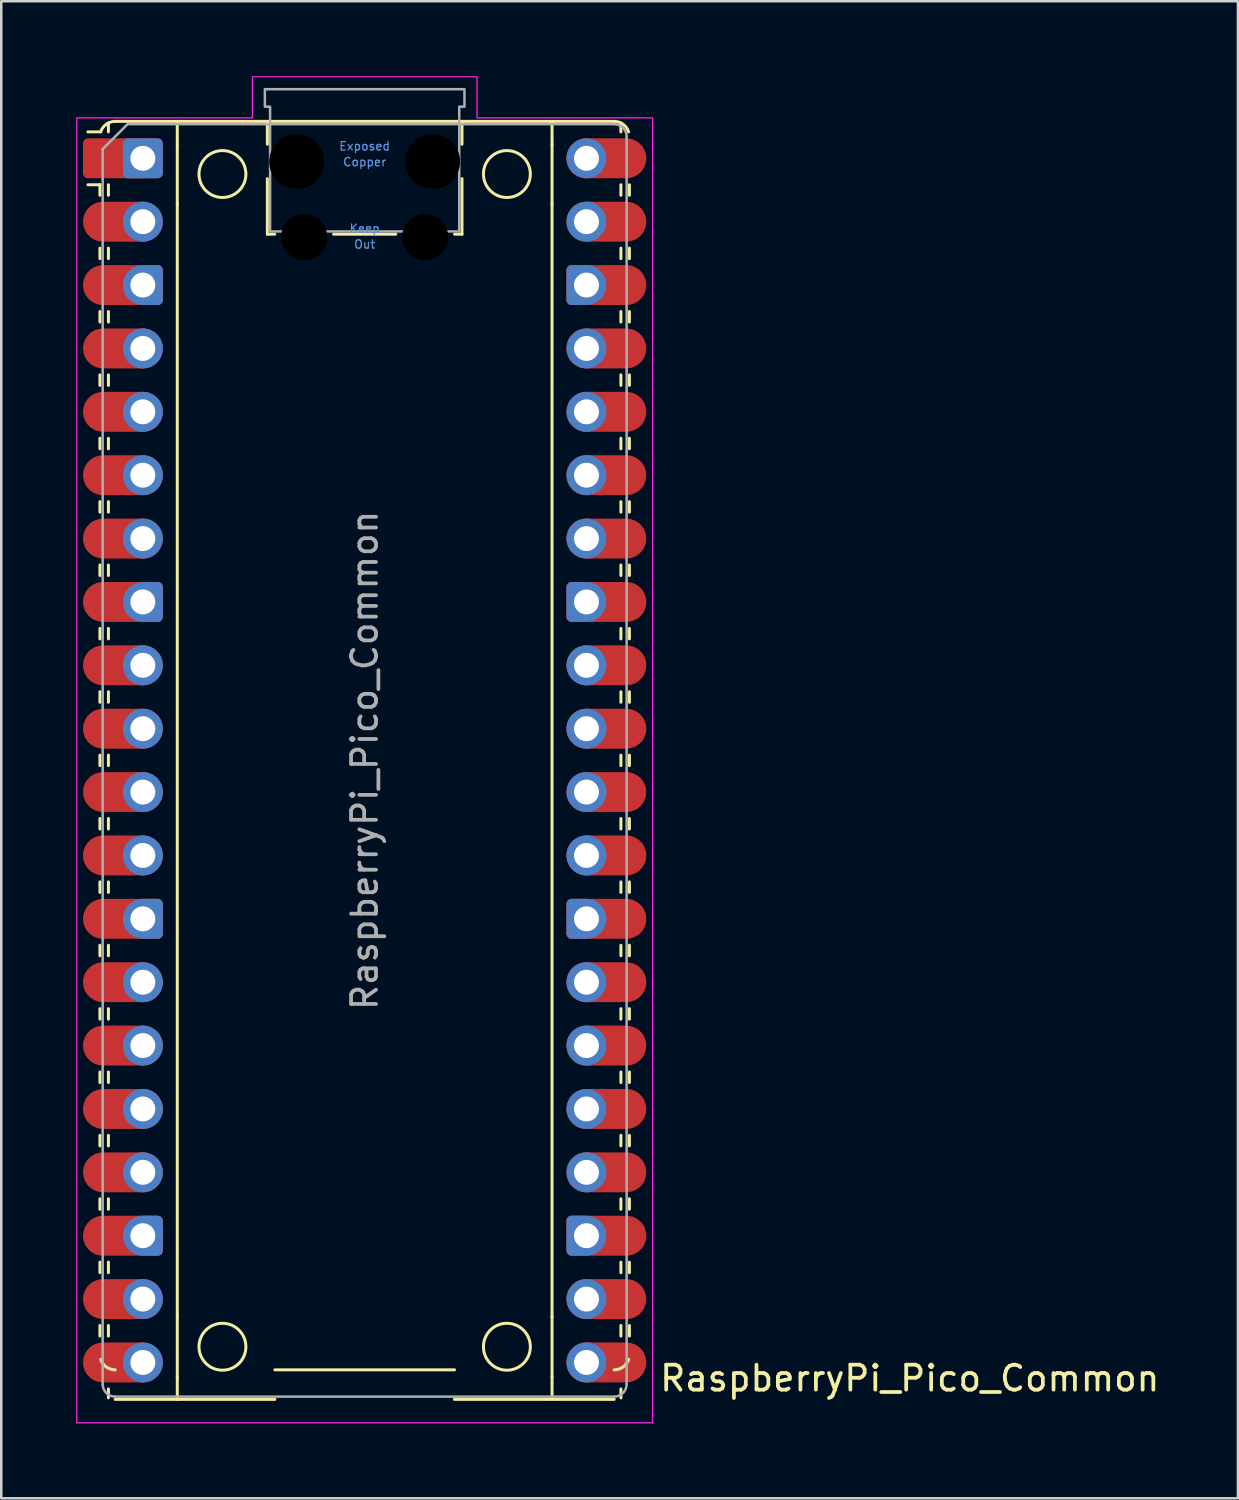
<source format=kicad_pcb>
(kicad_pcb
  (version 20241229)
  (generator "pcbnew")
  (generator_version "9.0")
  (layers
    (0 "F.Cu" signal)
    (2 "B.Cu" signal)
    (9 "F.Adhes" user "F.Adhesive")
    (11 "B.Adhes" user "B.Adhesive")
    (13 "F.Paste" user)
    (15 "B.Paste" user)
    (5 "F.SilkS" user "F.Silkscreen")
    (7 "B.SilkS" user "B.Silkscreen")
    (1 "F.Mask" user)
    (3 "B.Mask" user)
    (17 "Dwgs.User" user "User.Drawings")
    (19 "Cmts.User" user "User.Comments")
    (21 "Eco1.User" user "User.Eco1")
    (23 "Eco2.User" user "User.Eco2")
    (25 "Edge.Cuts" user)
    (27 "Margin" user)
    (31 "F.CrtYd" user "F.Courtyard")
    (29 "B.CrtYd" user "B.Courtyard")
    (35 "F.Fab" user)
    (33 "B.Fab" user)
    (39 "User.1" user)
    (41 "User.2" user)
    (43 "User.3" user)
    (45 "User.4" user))
  (footprint "RaspberryPi_Pico_Common"
    (layer "F.Cu")
    (at 11.565 27.425)
    (property "Reference" "RaspberryPi_Pico_Common" (at 11.748 24.765 0) (unlocked yes) (layer "F.SilkS") (effects (font (size 1 1) (thickness 0.15)) (justify left)))
    (attr through_hole)
    (fp_line (start -10.61 -23.07) (end -11.09 -23.07) (stroke (width 0.12) (type solid)) (layer "F.SilkS"))
    (fp_line (start -10.61 -23.07) (end -10.61 -22.65) (stroke (width 0.12) (type solid)) (layer "F.SilkS"))
    (fp_line (start -10.61 -20.53) (end -10.61 -20.11) (stroke (width 0.12) (type solid)) (layer "F.SilkS"))
    (fp_line (start -10.61 -17.99) (end -10.61 -17.57) (stroke (width 0.12) (type solid)) (layer "F.SilkS"))
    (fp_line (start -10.61 -15.45) (end -10.61 -15.03) (stroke (width 0.12) (type solid)) (layer "F.SilkS"))
    (fp_line (start -10.61 -12.91) (end -10.61 -12.49) (stroke (width 0.12) (type solid)) (layer "F.SilkS"))
    (fp_line (start -10.61 -10.37) (end -10.61 -9.95) (stroke (width 0.12) (type solid)) (layer "F.SilkS"))
    (fp_line (start -10.61 -7.83) (end -10.61 -7.41) (stroke (width 0.12) (type solid)) (layer "F.SilkS"))
    (fp_line (start -10.61 -5.29) (end -10.61 -4.87) (stroke (width 0.12) (type solid)) (layer "F.SilkS"))
    (fp_line (start -10.61 -2.75) (end -10.61 -2.33) (stroke (width 0.12) (type solid)) (layer "F.SilkS"))
    (fp_line (start -10.61 -0.21) (end -10.61 0.21) (stroke (width 0.12) (type solid)) (layer "F.SilkS"))
    (fp_line (start -10.61 2.33) (end -10.61 2.75) (stroke (width 0.12) (type solid)) (layer "F.SilkS"))
    (fp_line (start -10.61 4.87) (end -10.61 5.29) (stroke (width 0.12) (type solid)) (layer "F.SilkS"))
    (fp_line (start -10.61 7.41) (end -10.61 7.83) (stroke (width 0.12) (type solid)) (layer "F.SilkS"))
    (fp_line (start -10.61 9.95) (end -10.61 10.37) (stroke (width 0.12) (type solid)) (layer "F.SilkS"))
    (fp_line (start -10.61 12.49) (end -10.61 12.91) (stroke (width 0.12) (type solid)) (layer "F.SilkS"))
    (fp_line (start -10.61 15.03) (end -10.61 15.45) (stroke (width 0.12) (type solid)) (layer "F.SilkS"))
    (fp_line (start -10.61 17.57) (end -10.61 17.99) (stroke (width 0.12) (type solid)) (layer "F.SilkS"))
    (fp_line (start -10.61 20.11) (end -10.61 20.53) (stroke (width 0.12) (type solid)) (layer "F.SilkS"))
    (fp_line (start -10.61 22.65) (end -10.61 23.07) (stroke (width 0.12) (type solid)) (layer "F.SilkS"))
    (fp_line (start -10.58 -25.19) (end -11.09 -25.19) (stroke (width 0.12) (type solid)) (layer "F.SilkS"))
    (fp_line (start -10.27 -25.19) (end -10.27 -25.547) (stroke (width 0.12) (type solid)) (layer "F.SilkS"))
    (fp_line (start -10.27 -23.07) (end -10.27 -22.65) (stroke (width 0.12) (type solid)) (layer "F.SilkS"))
    (fp_line (start -10.27 -20.53) (end -10.27 -20.11) (stroke (width 0.12) (type solid)) (layer "F.SilkS"))
    (fp_line (start -10.27 -17.99) (end -10.27 -17.57) (stroke (width 0.12) (type solid)) (layer "F.SilkS"))
    (fp_line (start -10.27 -15.45) (end -10.27 -15.03) (stroke (width 0.12) (type solid)) (layer "F.SilkS"))
    (fp_line (start -10.27 -12.91) (end -10.27 -12.49) (stroke (width 0.12) (type solid)) (layer "F.SilkS"))
    (fp_line (start -10.27 -10.37) (end -10.27 -9.95) (stroke (width 0.12) (type solid)) (layer "F.SilkS"))
    (fp_line (start -10.27 -7.83) (end -10.27 -7.41) (stroke (width 0.12) (type solid)) (layer "F.SilkS"))
    (fp_line (start -10.27 -5.29) (end -10.27 -4.87) (stroke (width 0.12) (type solid)) (layer "F.SilkS"))
    (fp_line (start -10.27 -2.75) (end -10.27 -2.33) (stroke (width 0.12) (type solid)) (layer "F.SilkS"))
    (fp_line (start -10.27 -0.21) (end -10.27 0.21) (stroke (width 0.12) (type solid)) (layer "F.SilkS"))
    (fp_line (start -10.27 2.33) (end -10.27 2.75) (stroke (width 0.12) (type solid)) (layer "F.SilkS"))
    (fp_line (start -10.27 4.87) (end -10.27 5.29) (stroke (width 0.12) (type solid)) (layer "F.SilkS"))
    (fp_line (start -10.27 7.41) (end -10.27 7.83) (stroke (width 0.12) (type solid)) (layer "F.SilkS"))
    (fp_line (start -10.27 9.95) (end -10.27 10.37) (stroke (width 0.12) (type solid)) (layer "F.SilkS"))
    (fp_line (start -10.27 12.49) (end -10.27 12.91) (stroke (width 0.12) (type solid)) (layer "F.SilkS"))
    (fp_line (start -10.27 15.03) (end -10.27 15.45) (stroke (width 0.12) (type solid)) (layer "F.SilkS"))
    (fp_line (start -10.27 17.57) (end -10.27 17.99) (stroke (width 0.12) (type solid)) (layer "F.SilkS"))
    (fp_line (start -10.27 20.11) (end -10.27 20.53) (stroke (width 0.12) (type solid)) (layer "F.SilkS"))
    (fp_line (start -10.27 22.65) (end -10.27 23.07) (stroke (width 0.12) (type solid)) (layer "F.SilkS"))
    (fp_line (start -10.27 25.19) (end -10.27 25.547) (stroke (width 0.12) (type solid)) (layer "F.SilkS"))
    (fp_line (start -10 -25.61) (end -7.51 -25.61) (stroke (width 0.12) (type solid)) (layer "F.SilkS"))
    (fp_line (start -10 25.61) (end -3.6 25.61) (stroke (width 0.12) (type solid)) (layer "F.SilkS"))
    (fp_line (start -7.51 -25.61) (end -7.51 -24.696) (stroke (width 0.12) (type solid)) (layer "F.SilkS"))
    (fp_line (start -7.51 -25.61) (end -4.235 -25.61) (stroke (width 0.12) (type solid)) (layer "F.SilkS"))
    (fp_line (start -7.51 -24.696) (end -7.51 -22.304) (stroke (width 0.12) (type solid)) (layer "F.SilkS"))
    (fp_line (start -7.51 -22.304) (end -7.51 22.304) (stroke (width 0.12) (type solid)) (layer "F.SilkS"))
    (fp_line (start -7.51 22.304) (end -7.51 24.696) (stroke (width 0.12) (type solid)) (layer "F.SilkS"))
    (fp_line (start -7.51 24.696) (end -7.51 25.61) (stroke (width 0.12) (type solid)) (layer "F.SilkS"))
    (fp_line (start -4.235 -25.61) (end 4.235 -25.61) (stroke (width 0.12) (type solid)) (layer "F.SilkS"))
    (fp_line (start -3.9 -25.61) (end -3.9 -24.694) (stroke (width 0.12) (type solid)) (layer "F.SilkS"))
    (fp_line (start -3.9 -23.315) (end -3.9 -21.09) (stroke (width 0.12) (type solid)) (layer "F.SilkS"))
    (fp_line (start -3.9 -21.09) (end -3.604 -21.09) (stroke (width 0.12) (type solid)) (layer "F.SilkS"))
    (fp_line (start -1.246 -21.09) (end 1.246 -21.09) (stroke (width 0.12) (type solid)) (layer "F.SilkS"))
    (fp_line (start 3.6 24.425) (end -3.6 24.425) (stroke (width 0.12) (type solid)) (layer "F.SilkS"))
    (fp_line (start 3.6 25.61) (end 10 25.61) (stroke (width 0.12) (type solid)) (layer "F.SilkS"))
    (fp_line (start 3.604 -21.09) (end 3.9 -21.09) (stroke (width 0.12) (type solid)) (layer "F.SilkS"))
    (fp_line (start 3.9 -25.61) (end 3.9 -24.694) (stroke (width 0.12) (type solid)) (layer "F.SilkS"))
    (fp_line (start 3.9 -23.315) (end 3.9 -21.09) (stroke (width 0.12) (type solid)) (layer "F.SilkS"))
    (fp_line (start 4.235 -25.61) (end 7.51 -25.61) (stroke (width 0.12) (type solid)) (layer "F.SilkS"))
    (fp_line (start 7.51 -25.61) (end 7.51 -24.696) (stroke (width 0.12) (type solid)) (layer "F.SilkS"))
    (fp_line (start 7.51 -24.696) (end 7.51 -22.304) (stroke (width 0.12) (type solid)) (layer "F.SilkS"))
    (fp_line (start 7.51 -22.304) (end 7.51 22.304) (stroke (width 0.12) (type solid)) (layer "F.SilkS"))
    (fp_line (start 7.51 22.304) (end 7.51 24.696) (stroke (width 0.12) (type solid)) (layer "F.SilkS"))
    (fp_line (start 7.51 24.696) (end 7.51 25.61) (stroke (width 0.12) (type solid)) (layer "F.SilkS"))
    (fp_line (start 10 -25.61) (end 7.51 -25.61) (stroke (width 0.12) (type solid)) (layer "F.SilkS"))
    (fp_line (start 10.27 -25.19) (end 10.27 -25.547) (stroke (width 0.12) (type solid)) (layer "F.SilkS"))
    (fp_line (start 10.27 -23.07) (end 10.27 -22.65) (stroke (width 0.12) (type solid)) (layer "F.SilkS"))
    (fp_line (start 10.27 -20.53) (end 10.27 -20.11) (stroke (width 0.12) (type solid)) (layer "F.SilkS"))
    (fp_line (start 10.27 -17.99) (end 10.27 -17.57) (stroke (width 0.12) (type solid)) (layer "F.SilkS"))
    (fp_line (start 10.27 -15.45) (end 10.27 -15.03) (stroke (width 0.12) (type solid)) (layer "F.SilkS"))
    (fp_line (start 10.27 -12.91) (end 10.27 -12.49) (stroke (width 0.12) (type solid)) (layer "F.SilkS"))
    (fp_line (start 10.27 -10.37) (end 10.27 -9.95) (stroke (width 0.12) (type solid)) (layer "F.SilkS"))
    (fp_line (start 10.27 -7.83) (end 10.27 -7.41) (stroke (width 0.12) (type solid)) (layer "F.SilkS"))
    (fp_line (start 10.27 -5.29) (end 10.27 -4.87) (stroke (width 0.12) (type solid)) (layer "F.SilkS"))
    (fp_line (start 10.27 -2.75) (end 10.27 -2.33) (stroke (width 0.12) (type solid)) (layer "F.SilkS"))
    (fp_line (start 10.27 -0.21) (end 10.27 0.21) (stroke (width 0.12) (type solid)) (layer "F.SilkS"))
    (fp_line (start 10.27 2.33) (end 10.27 2.75) (stroke (width 0.12) (type solid)) (layer "F.SilkS"))
    (fp_line (start 10.27 4.87) (end 10.27 5.29) (stroke (width 0.12) (type solid)) (layer "F.SilkS"))
    (fp_line (start 10.27 7.41) (end 10.27 7.83) (stroke (width 0.12) (type solid)) (layer "F.SilkS"))
    (fp_line (start 10.27 9.95) (end 10.27 10.37) (stroke (width 0.12) (type solid)) (layer "F.SilkS"))
    (fp_line (start 10.27 12.49) (end 10.27 12.91) (stroke (width 0.12) (type solid)) (layer "F.SilkS"))
    (fp_line (start 10.27 15.03) (end 10.27 15.45) (stroke (width 0.12) (type solid)) (layer "F.SilkS"))
    (fp_line (start 10.27 17.57) (end 10.27 17.99) (stroke (width 0.12) (type solid)) (layer "F.SilkS"))
    (fp_line (start 10.27 20.11) (end 10.27 20.53) (stroke (width 0.12) (type solid)) (layer "F.SilkS"))
    (fp_line (start 10.27 22.65) (end 10.27 23.07) (stroke (width 0.12) (type solid)) (layer "F.SilkS"))
    (fp_line (start 10.27 25.19) (end 10.27 25.547) (stroke (width 0.12) (type solid)) (layer "F.SilkS"))
    (fp_line (start 10.61 -23.07) (end 10.61 -22.65) (stroke (width 0.12) (type solid)) (layer "F.SilkS"))
    (fp_line (start 10.61 -20.53) (end 10.61 -20.11) (stroke (width 0.12) (type solid)) (layer "F.SilkS"))
    (fp_line (start 10.61 -17.99) (end 10.61 -17.57) (stroke (width 0.12) (type solid)) (layer "F.SilkS"))
    (fp_line (start 10.61 -15.45) (end 10.61 -15.03) (stroke (width 0.12) (type solid)) (layer "F.SilkS"))
    (fp_line (start 10.61 -12.91) (end 10.61 -12.49) (stroke (width 0.12) (type solid)) (layer "F.SilkS"))
    (fp_line (start 10.61 -10.37) (end 10.61 -9.95) (stroke (width 0.12) (type solid)) (layer "F.SilkS"))
    (fp_line (start 10.61 -7.83) (end 10.61 -7.41) (stroke (width 0.12) (type solid)) (layer "F.SilkS"))
    (fp_line (start 10.61 -5.29) (end 10.61 -4.87) (stroke (width 0.12) (type solid)) (layer "F.SilkS"))
    (fp_line (start 10.61 -2.75) (end 10.61 -2.33) (stroke (width 0.12) (type solid)) (layer "F.SilkS"))
    (fp_line (start 10.61 -0.21) (end 10.61 0.21) (stroke (width 0.12) (type solid)) (layer "F.SilkS"))
    (fp_line (start 10.61 2.33) (end 10.61 2.75) (stroke (width 0.12) (type solid)) (layer "F.SilkS"))
    (fp_line (start 10.61 4.87) (end 10.61 5.29) (stroke (width 0.12) (type solid)) (layer "F.SilkS"))
    (fp_line (start 10.61 7.41) (end 10.61 7.83) (stroke (width 0.12) (type solid)) (layer "F.SilkS"))
    (fp_line (start 10.61 9.95) (end 10.61 10.37) (stroke (width 0.12) (type solid)) (layer "F.SilkS"))
    (fp_line (start 10.61 12.49) (end 10.61 12.91) (stroke (width 0.12) (type solid)) (layer "F.SilkS"))
    (fp_line (start 10.61 15.03) (end 10.61 15.45) (stroke (width 0.12) (type solid)) (layer "F.SilkS"))
    (fp_line (start 10.61 17.57) (end 10.61 17.99) (stroke (width 0.12) (type solid)) (layer "F.SilkS"))
    (fp_line (start 10.61 20.11) (end 10.61 20.53) (stroke (width 0.12) (type solid)) (layer "F.SilkS"))
    (fp_line (start 10.61 22.65) (end 10.61 23.07) (stroke (width 0.12) (type solid)) (layer "F.SilkS"))
    (fp_arc (start -10.579676 -25.189937) (mid -10.357938 -25.493944) (end -10 -25.61) (stroke (width 0.12) (type solid)) (layer "F.SilkS"))
    (fp_arc (start -10 24.425) (mid -10.357937 24.308944) (end -10.579676 24.004937) (stroke (width 0.12) (type solid)) (layer "F.SilkS"))
    (fp_arc (start 10 -25.61) (mid 10.357937 -25.493944) (end 10.579676 -25.189937) (stroke (width 0.12) (type solid)) (layer "F.SilkS"))
    (fp_arc (start 10.579676 24.004937) (mid 10.357946 24.308957) (end 10 24.425) (stroke (width 0.12) (type solid)) (layer "F.SilkS"))
    (fp_circle (center -5.7 -23.5) (end -4.76 -23.5) (stroke (width 0.12) (type solid)) (fill no) (layer "F.SilkS"))
    (fp_circle (center -5.7 23.5) (end -4.76 23.5) (stroke (width 0.12) (type solid)) (fill no) (layer "F.SilkS"))
    (fp_circle (center 5.7 -23.5) (end 6.64 -23.5) (stroke (width 0.12) (type solid)) (fill no) (layer "F.SilkS"))
    (fp_circle (center 5.7 23.5) (end 6.64 23.5) (stroke (width 0.12) (type solid)) (fill no) (layer "F.SilkS"))
    (fp_poly (pts (xy -4.5 -27.4) (xy 4.5 -27.4) (xy 4.5 -25.75) (xy 11.54 -25.75) (xy 11.54 26.55) (xy -11.54 26.55) (xy -11.54 -25.75) (xy -4.5 -25.75)) (stroke (width 0.05) (type solid)) (fill no) (layer "F.CrtYd"))
    (fp_line (start -10.5 -24.5) (end -9.5 -25.5) (stroke (width 0.1) (type solid)) (layer "F.Fab"))
    (fp_line (start -10.5 25) (end -10.5 -24.5) (stroke (width 0.1) (type solid)) (layer "F.Fab"))
    (fp_line (start -9.5 -25.5) (end 10 -25.5) (stroke (width 0.1) (type solid)) (layer "F.Fab"))
    (fp_line (start 10 25.5) (end -10 25.5) (stroke (width 0.1) (type solid)) (layer "F.Fab"))
    (fp_line (start 10.5 -25) (end 10.5 25) (stroke (width 0.1) (type solid)) (layer "F.Fab"))
    (fp_arc (start -10 25.5) (mid -10.353553 25.353553) (end -10.5 25) (stroke (width 0.1) (type solid)) (layer "F.Fab"))
    (fp_arc (start 10 -25.5) (mid 10.353553 -25.353553) (end 10.5 -25) (stroke (width 0.1) (type solid)) (layer "F.Fab"))
    (fp_arc (start 10.5 25) (mid 10.353553 25.353553) (end 10 25.5) (stroke (width 0.1) (type solid)) (layer "F.Fab"))
    (fp_poly (pts (xy 3.79 -21.2) (xy 3.79 -26.2) (xy 4 -26.2) (xy 4 -26.9) (xy -4 -26.9) (xy -4 -26.2) (xy -3.79 -26.2) (xy -3.79 -21.2)) (stroke (width 0.1) (type solid)) (fill no) (layer "F.Fab"))
    (fp_text user "Keep" (at 0 -21.317 0) (unlocked yes) (layer "Cmts.User") (effects (font (size 0.333 0.333) (thickness 0.05))))
    (fp_text user "Out" (at 0 -20.683 0) (unlocked yes) (layer "Cmts.User") (effects (font (size 0.333 0.333) (thickness 0.05))))
    (fp_text user "Copper" (at 0 -23.983 0) (unlocked yes) (layer "Cmts.User") (effects (font (size 0.333 0.333) (thickness 0.05))))
    (fp_text user "Exposed" (at 0 -24.617 0) (unlocked yes) (layer "Cmts.User") (effects (font (size 0.333 0.333) (thickness 0.05))))
    (fp_text user "${REFERENCE}" (at 0 0 90) (layer "F.Fab") (effects (font (size 1 1) (thickness 0.15))))
    (pad "" np_thru_hole circle (at -2.725 -24) (size 2.2 2.2) (drill 2.2) (layers "*.Mask"))
    (pad "" np_thru_hole circle (at -2.425 -20.97) (size 1.85 1.85) (drill 1.85) (layers "*.Mask"))
    (pad "" np_thru_hole circle (at 2.425 -20.97) (size 1.85 1.85) (drill 1.85) (layers "*.Mask"))
    (pad "" np_thru_hole circle (at 2.725 -24) (size 2.2 2.2) (drill 2.2) (layers "*.Mask"))
    (pad "1" thru_hole roundrect (at -8.89 -24.13) (size 1.6 1.6) (drill 1) (layers "*.Cu" "*.Mask") (roundrect_rratio 0.125))
    (pad "1" smd custom (at -8.89 -24.13) (size 1.6 1.6) (layers "F.Cu" "F.Mask") (options (anchor circle)) (primitives (gr_poly (pts (xy -2.4 0.6) (xy -2.4 -0.6) (xy -2.2 -0.8) (xy 0 -0.8) (xy 0 0.8) (xy -2.2 0.8)) (width 0) (fill yes)) (gr_circle (center -2.2 0.6) (end -2 0.6) (width 0) (fill yes)) (gr_circle (center -2.2 -0.6) (end -2 -0.6) (width 0) (fill yes))))
    (pad "2" thru_hole circle (at -8.89 -21.59) (size 1.6 1.6) (drill 1) (layers "*.Cu" "*.Mask"))
    (pad "2" smd roundrect (at -8.89 -21.59) (size 3.2 1.6) (drill (offset -0.8 0)) (layers "F.Cu" "F.Mask") (roundrect_rratio 0.5))
    (pad "3" smd custom (at -8.89 -19.05) (size 1.6 1.6) (layers "F.Cu" "F.Mask") (options (anchor circle)) (primitives (gr_poly (pts (xy 0.8 -0.6) (xy 0.8 0.6) (xy 0.6 0.8) (xy -1.6 0.8) (xy -1.6 -0.8) (xy 0.6 -0.8)) (width 0) (fill yes)) (gr_circle (center 0.6 0.6) (end 0.8 0.6) (width 0) (fill yes)) (gr_circle (center 0.6 -0.6) (end 0.8 -0.6) (width 0) (fill yes)) (gr_circle (center -1.6 0) (end -0.8 0) (width 0) (fill yes))))
    (pad "3" thru_hole custom (at -8.89 -19.05) (size 1.6 1.6) (drill 1) (layers "*.Cu" "*.Mask") (options (anchor circle)) (primitives (gr_poly (pts (xy 0.8 0.6) (xy 0.8 -0.6) (xy 0.6 -0.8) (xy 0 -0.8) (xy 0 0.8) (xy 0.6 0.8)) (width 0) (fill yes)) (gr_circle (center 0.6 0.6) (end 0.8 0.6) (width 0) (fill yes)) (gr_circle (center 0.6 -0.6) (end 0.8 -0.6) (width 0) (fill yes))))
    (pad "4" thru_hole circle (at -8.89 -16.51) (size 1.6 1.6) (drill 1) (layers "*.Cu" "*.Mask"))
    (pad "4" smd roundrect (at -8.89 -16.51) (size 3.2 1.6) (drill (offset -0.8 0)) (layers "F.Cu" "F.Mask") (roundrect_rratio 0.5))
    (pad "5" thru_hole circle (at -8.89 -13.97) (size 1.6 1.6) (drill 1) (layers "*.Cu" "*.Mask"))
    (pad "5" smd roundrect (at -8.89 -13.97) (size 3.2 1.6) (drill (offset -0.8 0)) (layers "F.Cu" "F.Mask") (roundrect_rratio 0.5))
    (pad "6" thru_hole circle (at -8.89 -11.43) (size 1.6 1.6) (drill 1) (layers "*.Cu" "*.Mask"))
    (pad "6" smd roundrect (at -8.89 -11.43) (size 3.2 1.6) (drill (offset -0.8 0)) (layers "F.Cu" "F.Mask") (roundrect_rratio 0.5))
    (pad "7" thru_hole circle (at -8.89 -8.89) (size 1.6 1.6) (drill 1) (layers "*.Cu" "*.Mask"))
    (pad "7" smd roundrect (at -8.89 -8.89) (size 3.2 1.6) (drill (offset -0.8 0)) (layers "F.Cu" "F.Mask") (roundrect_rratio 0.5))
    (pad "8" smd custom (at -8.89 -6.35) (size 1.6 1.6) (layers "F.Cu" "F.Mask") (options (anchor circle)) (primitives (gr_poly (pts (xy 0.8 -0.6) (xy 0.8 0.6) (xy 0.6 0.8) (xy -1.6 0.8) (xy -1.6 -0.8) (xy 0.6 -0.8)) (width 0) (fill yes)) (gr_circle (center 0.6 0.6) (end 0.8 0.6) (width 0) (fill yes)) (gr_circle (center 0.6 -0.6) (end 0.8 -0.6) (width 0) (fill yes)) (gr_circle (center -1.6 0) (end -0.8 0) (width 0) (fill yes))))
    (pad "8" thru_hole custom (at -8.89 -6.35) (size 1.6 1.6) (drill 1) (layers "*.Cu" "*.Mask") (options (anchor circle)) (primitives (gr_poly (pts (xy 0.8 0.6) (xy 0.8 -0.6) (xy 0.6 -0.8) (xy 0 -0.8) (xy 0 0.8) (xy 0.6 0.8)) (width 0) (fill yes)) (gr_circle (center 0.6 0.6) (end 0.8 0.6) (width 0) (fill yes)) (gr_circle (center 0.6 -0.6) (end 0.8 -0.6) (width 0) (fill yes))))
    (pad "9" thru_hole circle (at -8.89 -3.81) (size 1.6 1.6) (drill 1) (layers "*.Cu" "*.Mask"))
    (pad "9" smd roundrect (at -8.89 -3.81) (size 3.2 1.6) (drill (offset -0.8 0)) (layers "F.Cu" "F.Mask") (roundrect_rratio 0.5))
    (pad "10" thru_hole circle (at -8.89 -1.27) (size 1.6 1.6) (drill 1) (layers "*.Cu" "*.Mask"))
    (pad "10" smd roundrect (at -8.89 -1.27) (size 3.2 1.6) (drill (offset -0.8 0)) (layers "F.Cu" "F.Mask") (roundrect_rratio 0.5))
    (pad "11" thru_hole circle (at -8.89 1.27) (size 1.6 1.6) (drill 1) (layers "*.Cu" "*.Mask"))
    (pad "11" smd roundrect (at -8.89 1.27) (size 3.2 1.6) (drill (offset -0.8 0)) (layers "F.Cu" "F.Mask") (roundrect_rratio 0.5))
    (pad "12" thru_hole circle (at -8.89 3.81) (size 1.6 1.6) (drill 1) (layers "*.Cu" "*.Mask"))
    (pad "12" smd roundrect (at -8.89 3.81) (size 3.2 1.6) (drill (offset -0.8 0)) (layers "F.Cu" "F.Mask") (roundrect_rratio 0.5))
    (pad "13" smd custom (at -8.89 6.35) (size 1.6 1.6) (layers "F.Cu" "F.Mask") (options (anchor circle)) (primitives (gr_poly (pts (xy 0.8 -0.6) (xy 0.8 0.6) (xy 0.6 0.8) (xy -1.6 0.8) (xy -1.6 -0.8) (xy 0.6 -0.8)) (width 0) (fill yes)) (gr_circle (center 0.6 0.6) (end 0.8 0.6) (width 0) (fill yes)) (gr_circle (center 0.6 -0.6) (end 0.8 -0.6) (width 0) (fill yes)) (gr_circle (center -1.6 0) (end -0.8 0) (width 0) (fill yes))))
    (pad "13" thru_hole custom (at -8.89 6.35) (size 1.6 1.6) (drill 1) (layers "*.Cu" "*.Mask") (options (anchor circle)) (primitives (gr_poly (pts (xy 0.8 0.6) (xy 0.8 -0.6) (xy 0.6 -0.8) (xy 0 -0.8) (xy 0 0.8) (xy 0.6 0.8)) (width 0) (fill yes)) (gr_circle (center 0.6 0.6) (end 0.8 0.6) (width 0) (fill yes)) (gr_circle (center 0.6 -0.6) (end 0.8 -0.6) (width 0) (fill yes))))
    (pad "14" thru_hole circle (at -8.89 8.89) (size 1.6 1.6) (drill 1) (layers "*.Cu" "*.Mask"))
    (pad "14" smd roundrect (at -8.89 8.89) (size 3.2 1.6) (drill (offset -0.8 0)) (layers "F.Cu" "F.Mask") (roundrect_rratio 0.5))
    (pad "15" thru_hole circle (at -8.89 11.43) (size 1.6 1.6) (drill 1) (layers "*.Cu" "*.Mask"))
    (pad "15" smd roundrect (at -8.89 11.43) (size 3.2 1.6) (drill (offset -0.8 0)) (layers "F.Cu" "F.Mask") (roundrect_rratio 0.5))
    (pad "16" thru_hole circle (at -8.89 13.97) (size 1.6 1.6) (drill 1) (layers "*.Cu" "*.Mask"))
    (pad "16" smd roundrect (at -8.89 13.97) (size 3.2 1.6) (drill (offset -0.8 0)) (layers "F.Cu" "F.Mask") (roundrect_rratio 0.5))
    (pad "17" thru_hole circle (at -8.89 16.51) (size 1.6 1.6) (drill 1) (layers "*.Cu" "*.Mask"))
    (pad "17" smd roundrect (at -8.89 16.51) (size 3.2 1.6) (drill (offset -0.8 0)) (layers "F.Cu" "F.Mask") (roundrect_rratio 0.5))
    (pad "18" smd custom (at -8.89 19.05) (size 1.6 1.6) (layers "F.Cu" "F.Mask") (options (anchor circle)) (primitives (gr_poly (pts (xy 0.8 -0.6) (xy 0.8 0.6) (xy 0.6 0.8) (xy -1.6 0.8) (xy -1.6 -0.8) (xy 0.6 -0.8)) (width 0) (fill yes)) (gr_circle (center 0.6 0.6) (end 0.8 0.6) (width 0) (fill yes)) (gr_circle (center 0.6 -0.6) (end 0.8 -0.6) (width 0) (fill yes)) (gr_circle (center -1.6 0) (end -0.8 0) (width 0) (fill yes))))
    (pad "18" thru_hole custom (at -8.89 19.05) (size 1.6 1.6) (drill 1) (layers "*.Cu" "*.Mask") (options (anchor circle)) (primitives (gr_poly (pts (xy 0.8 0.6) (xy 0.8 -0.6) (xy 0.6 -0.8) (xy 0 -0.8) (xy 0 0.8) (xy 0.6 0.8)) (width 0) (fill yes)) (gr_circle (center 0.6 0.6) (end 0.8 0.6) (width 0) (fill yes)) (gr_circle (center 0.6 -0.6) (end 0.8 -0.6) (width 0) (fill yes))))
    (pad "19" thru_hole circle (at -8.89 21.59) (size 1.6 1.6) (drill 1) (layers "*.Cu" "*.Mask"))
    (pad "19" smd roundrect (at -8.89 21.59) (size 3.2 1.6) (drill (offset -0.8 0)) (layers "F.Cu" "F.Mask") (roundrect_rratio 0.5))
    (pad "20" thru_hole circle (at -8.89 24.13) (size 1.6 1.6) (drill 1) (layers "*.Cu" "*.Mask"))
    (pad "20" smd roundrect (at -8.89 24.13) (size 3.2 1.6) (drill (offset -0.8 0)) (layers "F.Cu" "F.Mask") (roundrect_rratio 0.5))
    (pad "21" thru_hole circle (at 8.89 24.13) (size 1.6 1.6) (drill 1) (layers "*.Cu" "*.Mask"))
    (pad "21" smd roundrect (at 8.89 24.13) (size 3.2 1.6) (drill (offset 0.8 0)) (layers "F.Cu" "F.Mask") (roundrect_rratio 0.5))
    (pad "22" thru_hole circle (at 8.89 21.59) (size 1.6 1.6) (drill 1) (layers "*.Cu" "*.Mask"))
    (pad "22" smd roundrect (at 8.89 21.59) (size 3.2 1.6) (drill (offset 0.8 0)) (layers "F.Cu" "F.Mask") (roundrect_rratio 0.5))
    (pad "23" smd custom (at 8.89 19.05) (size 1.6 1.6) (layers "F.Cu" "F.Mask") (options (anchor circle)) (primitives (gr_poly (pts (xy -0.8 -0.6) (xy -0.8 0.6) (xy -0.6 0.8) (xy 1.6 0.8) (xy 1.6 -0.8) (xy -0.6 -0.8)) (width 0) (fill yes)) (gr_circle (center -0.6 0.6) (end -0.4 0.6) (width 0) (fill yes)) (gr_circle (center -0.6 -0.6) (end -0.4 -0.6) (width 0) (fill yes)) (gr_circle (center 1.6 0) (end 2.4 0) (width 0) (fill yes))))
    (pad "23" thru_hole custom (at 8.89 19.05) (size 1.6 1.6) (drill 1) (layers "*.Cu" "*.Mask") (options (anchor circle)) (primitives (gr_poly (pts (xy -0.8 0.6) (xy -0.8 -0.6) (xy -0.6 -0.8) (xy 0 -0.8) (xy 0 0.8) (xy -0.6 0.8)) (width 0) (fill yes)) (gr_circle (center -0.6 0.6) (end -0.4 0.6) (width 0) (fill yes)) (gr_circle (center -0.6 -0.6) (end -0.4 -0.6) (width 0) (fill yes))))
    (pad "24" thru_hole circle (at 8.89 16.51) (size 1.6 1.6) (drill 1) (layers "*.Cu" "*.Mask"))
    (pad "24" smd roundrect (at 8.89 16.51) (size 3.2 1.6) (drill (offset 0.8 0)) (layers "F.Cu" "F.Mask") (roundrect_rratio 0.5))
    (pad "25" thru_hole circle (at 8.89 13.97) (size 1.6 1.6) (drill 1) (layers "*.Cu" "*.Mask"))
    (pad "25" smd roundrect (at 8.89 13.97) (size 3.2 1.6) (drill (offset 0.8 0)) (layers "F.Cu" "F.Mask") (roundrect_rratio 0.5))
    (pad "26" thru_hole circle (at 8.89 11.43) (size 1.6 1.6) (drill 1) (layers "*.Cu" "*.Mask"))
    (pad "26" smd roundrect (at 8.89 11.43) (size 3.2 1.6) (drill (offset 0.8 0)) (layers "F.Cu" "F.Mask") (roundrect_rratio 0.5))
    (pad "27" thru_hole circle (at 8.89 8.89) (size 1.6 1.6) (drill 1) (layers "*.Cu" "*.Mask"))
    (pad "27" smd roundrect (at 8.89 8.89) (size 3.2 1.6) (drill (offset 0.8 0)) (layers "F.Cu" "F.Mask") (roundrect_rratio 0.5))
    (pad "28" smd custom (at 8.89 6.35) (size 1.6 1.6) (layers "F.Cu" "F.Mask") (options (anchor circle)) (primitives (gr_poly (pts (xy -0.8 -0.6) (xy -0.8 0.6) (xy -0.6 0.8) (xy 1.6 0.8) (xy 1.6 -0.8) (xy -0.6 -0.8)) (width 0) (fill yes)) (gr_circle (center -0.6 0.6) (end -0.4 0.6) (width 0) (fill yes)) (gr_circle (center -0.6 -0.6) (end -0.4 -0.6) (width 0) (fill yes)) (gr_circle (center 1.6 0) (end 2.4 0) (width 0) (fill yes))))
    (pad "28" thru_hole custom (at 8.89 6.35) (size 1.6 1.6) (drill 1) (layers "*.Cu" "*.Mask") (options (anchor circle)) (primitives (gr_poly (pts (xy -0.8 0.6) (xy -0.8 -0.6) (xy -0.6 -0.8) (xy 0 -0.8) (xy 0 0.8) (xy -0.6 0.8)) (width 0) (fill yes)) (gr_circle (center -0.6 0.6) (end -0.4 0.6) (width 0) (fill yes)) (gr_circle (center -0.6 -0.6) (end -0.4 -0.6) (width 0) (fill yes))))
    (pad "29" thru_hole circle (at 8.89 3.81) (size 1.6 1.6) (drill 1) (layers "*.Cu" "*.Mask"))
    (pad "29" smd roundrect (at 8.89 3.81) (size 3.2 1.6) (drill (offset 0.8 0)) (layers "F.Cu" "F.Mask") (roundrect_rratio 0.5))
    (pad "30" thru_hole circle (at 8.89 1.27) (size 1.6 1.6) (drill 1) (layers "*.Cu" "*.Mask"))
    (pad "30" smd roundrect (at 8.89 1.27) (size 3.2 1.6) (drill (offset 0.8 0)) (layers "F.Cu" "F.Mask") (roundrect_rratio 0.5))
    (pad "31" thru_hole circle (at 8.89 -1.27) (size 1.6 1.6) (drill 1) (layers "*.Cu" "*.Mask"))
    (pad "31" smd roundrect (at 8.89 -1.27) (size 3.2 1.6) (drill (offset 0.8 0)) (layers "F.Cu" "F.Mask") (roundrect_rratio 0.5))
    (pad "32" thru_hole circle (at 8.89 -3.81) (size 1.6 1.6) (drill 1) (layers "*.Cu" "*.Mask"))
    (pad "32" smd roundrect (at 8.89 -3.81) (size 3.2 1.6) (drill (offset 0.8 0)) (layers "F.Cu" "F.Mask") (roundrect_rratio 0.5))
    (pad "33" smd custom (at 8.89 -6.35) (size 1.6 1.6) (layers "F.Cu" "F.Mask") (options (anchor circle)) (primitives (gr_poly (pts (xy -0.8 -0.6) (xy -0.8 0.6) (xy -0.6 0.8) (xy 1.6 0.8) (xy 1.6 -0.8) (xy -0.6 -0.8)) (width 0) (fill yes)) (gr_circle (center -0.6 0.6) (end -0.4 0.6) (width 0) (fill yes)) (gr_circle (center -0.6 -0.6) (end -0.4 -0.6) (width 0) (fill yes)) (gr_circle (center 1.6 0) (end 2.4 0) (width 0) (fill yes))))
    (pad "33" thru_hole custom (at 8.89 -6.35) (size 1.6 1.6) (drill 1) (layers "*.Cu" "*.Mask") (options (anchor circle)) (primitives (gr_poly (pts (xy -0.8 0.6) (xy -0.8 -0.6) (xy -0.6 -0.8) (xy 0 -0.8) (xy 0 0.8) (xy -0.6 0.8)) (width 0) (fill yes)) (gr_circle (center -0.6 0.6) (end -0.4 0.6) (width 0) (fill yes)) (gr_circle (center -0.6 -0.6) (end -0.4 -0.6) (width 0) (fill yes))))
    (pad "34" thru_hole circle (at 8.89 -8.89) (size 1.6 1.6) (drill 1) (layers "*.Cu" "*.Mask"))
    (pad "34" smd roundrect (at 8.89 -8.89) (size 3.2 1.6) (drill (offset 0.8 0)) (layers "F.Cu" "F.Mask") (roundrect_rratio 0.5))
    (pad "35" thru_hole circle (at 8.89 -11.43) (size 1.6 1.6) (drill 1) (layers "*.Cu" "*.Mask"))
    (pad "35" smd roundrect (at 8.89 -11.43) (size 3.2 1.6) (drill (offset 0.8 0)) (layers "F.Cu" "F.Mask") (roundrect_rratio 0.5))
    (pad "36" thru_hole circle (at 8.89 -13.97) (size 1.6 1.6) (drill 1) (layers "*.Cu" "*.Mask"))
    (pad "36" smd roundrect (at 8.89 -13.97) (size 3.2 1.6) (drill (offset 0.8 0)) (layers "F.Cu" "F.Mask") (roundrect_rratio 0.5))
    (pad "37" thru_hole circle (at 8.89 -16.51) (size 1.6 1.6) (drill 1) (layers "*.Cu" "*.Mask"))
    (pad "37" smd roundrect (at 8.89 -16.51) (size 3.2 1.6) (drill (offset 0.8 0)) (layers "F.Cu" "F.Mask") (roundrect_rratio 0.5))
    (pad "38" smd custom (at 8.89 -19.05) (size 1.6 1.6) (layers "F.Cu" "F.Mask") (options (anchor circle)) (primitives (gr_poly (pts (xy -0.8 -0.6) (xy -0.8 0.6) (xy -0.6 0.8) (xy 1.6 0.8) (xy 1.6 -0.8) (xy -0.6 -0.8)) (width 0) (fill yes)) (gr_circle (center -0.6 0.6) (end -0.4 0.6) (width 0) (fill yes)) (gr_circle (center -0.6 -0.6) (end -0.4 -0.6) (width 0) (fill yes)) (gr_circle (center 1.6 0) (end 2.4 0) (width 0) (fill yes))))
    (pad "38" thru_hole custom (at 8.89 -19.05) (size 1.6 1.6) (drill 1) (layers "*.Cu" "*.Mask") (options (anchor circle)) (primitives (gr_poly (pts (xy -0.8 0.6) (xy -0.8 -0.6) (xy -0.6 -0.8) (xy 0 -0.8) (xy 0 0.8) (xy -0.6 0.8)) (width 0) (fill yes)) (gr_circle (center -0.6 0.6) (end -0.4 0.6) (width 0) (fill yes)) (gr_circle (center -0.6 -0.6) (end -0.4 -0.6) (width 0) (fill yes))))
    (pad "39" thru_hole circle (at 8.89 -21.59) (size 1.6 1.6) (drill 1) (layers "*.Cu" "*.Mask"))
    (pad "39" smd roundrect (at 8.89 -21.59) (size 3.2 1.6) (drill (offset 0.8 0)) (layers "F.Cu" "F.Mask") (roundrect_rratio 0.5))
    (pad "40" thru_hole circle (at 8.89 -24.13) (size 1.6 1.6) (drill 1) (layers "*.Cu" "*.Mask"))
    (pad "40" smd roundrect (at 8.89 -24.13) (size 3.2 1.6) (drill (offset 0.8 0)) (layers "F.Cu" "F.Mask") (roundrect_rratio 0.5))
    (zone (net_name "") (layers "B.Cu" "F.Paste") (name "Pad Keep Out TP3") (hatch full 0.5) (connect_pads) (min_thickness 0.25) (filled_areas_thickness no) (keepout (tracks not_allowed) (vias not_allowed) (pads not_allowed) (copperpour not_allowed) (footprints allowed)) (placement (enabled no)) (fill) (polygon (pts (xy 9.617 2.609) (xy 9.651 2.483) (xy 9.717 2.369) (xy 9.809 2.277) (xy 9.923 2.211) (xy 10.049 2.177) (xy 10.115 2.175) (xy 10.565 2.175) (xy 10.565 4.075) (xy 10.115 4.075) (xy 10.049 4.073) (xy 9.923 4.039) (xy 9.809 3.973) (xy 9.717 3.881) (xy 9.651 3.767) (xy 9.617 3.641) (xy 9.615 3.575) (xy 9.615 2.675))))
    (zone (net_name "") (layers "B.Cu" "F.Paste") (name "Pad Keep Out TP3") (hatch full 0.5) (connect_pads) (min_thickness 0.25) (filled_areas_thickness no) (keepout (tracks not_allowed) (vias not_allowed) (pads not_allowed) (copperpour not_allowed) (footprints allowed)) (placement (enabled no)) (fill) (polygon (pts (xy 9.617 2.609) (xy 9.651 2.483) (xy 9.717 2.369) (xy 9.809 2.277) (xy 9.923 2.211) (xy 10.049 2.177) (xy 10.115 2.175) (xy 10.565 2.175) (xy 10.565 4.075) (xy 10.115 4.075) (xy 10.049 4.073) (xy 9.923 4.039) (xy 9.809 3.973) (xy 9.717 3.881) (xy 9.651 3.767) (xy 9.617 3.641) (xy 9.615 3.575) (xy 9.615 2.675))))
    (zone (net_name "") (layers "B.Cu" "F.Paste") (name "Pad Keep Out TP3") (hatch full 0.5) (connect_pads) (min_thickness 0.25) (filled_areas_thickness no) (keepout (tracks not_allowed) (vias not_allowed) (pads not_allowed) (copperpour not_allowed) (footprints allowed)) (placement (enabled no)) (fill) (polygon (pts (xy 10.565 4.075) (xy 11.015 4.075) (xy 11.081 4.073) (xy 11.207 4.039) (xy 11.321 3.973) (xy 11.413 3.881) (xy 11.479 3.767) (xy 11.513 3.641) (xy 11.515 3.575) (xy 11.515 2.675) (xy 11.513 2.609) (xy 11.479 2.483) (xy 11.413 2.369) (xy 11.321 2.277) (xy 11.207 2.211) (xy 11.081 2.177) (xy 11.015 2.175) (xy 10.565 2.175))))
    (zone (net_name "") (layers "B.Cu" "F.Paste") (name "Pad Keep Out TP1") (hatch full 0.5) (connect_pads) (min_thickness 0.25) (filled_areas_thickness no) (keepout (tracks not_allowed) (vias not_allowed) (pads not_allowed) (copperpour not_allowed) (footprints allowed)) (placement (enabled no)) (fill) (polygon (pts (xy 10.617 5.909) (xy 10.651 5.783) (xy 10.717 5.669) (xy 10.809 5.577) (xy 10.923 5.511) (xy 11.049 5.477) (xy 11.115 5.475) (xy 11.565 5.475) (xy 11.565 7.375) (xy 11.115 7.375) (xy 11.049 7.373) (xy 10.923 7.339) (xy 10.809 7.273) (xy 10.717 7.181) (xy 10.651 7.067) (xy 10.617 6.941) (xy 10.615 6.875) (xy 10.615 5.975))))
    (zone (net_name "") (layers "B.Cu" "F.Paste") (name "Pad Keep Out TP1") (hatch full 0.5) (connect_pads) (min_thickness 0.25) (filled_areas_thickness no) (keepout (tracks not_allowed) (vias not_allowed) (pads not_allowed) (copperpour not_allowed) (footprints allowed)) (placement (enabled no)) (fill) (polygon (pts (xy 10.617 5.909) (xy 10.651 5.783) (xy 10.717 5.669) (xy 10.809 5.577) (xy 10.923 5.511) (xy 11.049 5.477) (xy 11.115 5.475) (xy 11.565 5.475) (xy 11.565 7.375) (xy 11.115 7.375) (xy 11.049 7.373) (xy 10.923 7.339) (xy 10.809 7.273) (xy 10.717 7.181) (xy 10.651 7.067) (xy 10.617 6.941) (xy 10.615 6.875) (xy 10.615 5.975))))
    (zone (net_name "") (layers "B.Cu" "F.Paste") (name "Pad Keep Out TP1") (hatch full 0.5) (connect_pads) (min_thickness 0.25) (filled_areas_thickness no) (keepout (tracks not_allowed) (vias not_allowed) (pads not_allowed) (copperpour not_allowed) (footprints allowed)) (placement (enabled no)) (fill) (polygon (pts (xy 11.565 7.375) (xy 12.015 7.375) (xy 12.081 7.373) (xy 12.207 7.339) (xy 12.321 7.273) (xy 12.413 7.181) (xy 12.479 7.067) (xy 12.513 6.941) (xy 12.515 6.875) (xy 12.515 5.975) (xy 12.513 5.909) (xy 12.479 5.783) (xy 12.413 5.669) (xy 12.321 5.577) (xy 12.207 5.511) (xy 12.081 5.477) (xy 12.015 5.475) (xy 11.565 5.475))))
    (zone (net_name "") (layers "B.Cu" "F.Paste") (name "Pad Keep Out TP2") (hatch full 0.5) (connect_pads) (min_thickness 0.25) (filled_areas_thickness no) (keepout (tracks not_allowed) (vias not_allowed) (pads not_allowed) (copperpour not_allowed) (footprints allowed)) (placement (enabled no)) (fill) (polygon (pts (xy 11.617 2.624) (xy 11.651 2.498) (xy 11.717 2.384) (xy 11.809 2.292) (xy 11.923 2.226) (xy 12.049 2.192) (xy 12.115 2.19) (xy 12.565 2.19) (xy 12.565 4.09) (xy 12.115 4.09) (xy 12.049 4.088) (xy 11.923 4.054) (xy 11.809 3.988) (xy 11.717 3.896) (xy 11.651 3.782) (xy 11.617 3.656) (xy 11.615 3.59) (xy 11.615 2.69))))
    (zone (net_name "") (layers "B.Cu" "F.Paste") (name "Pad Keep Out TP2") (hatch full 0.5) (connect_pads) (min_thickness 0.25) (filled_areas_thickness no) (keepout (tracks not_allowed) (vias not_allowed) (pads not_allowed) (copperpour not_allowed) (footprints allowed)) (placement (enabled no)) (fill) (polygon (pts (xy 12.565 4.09) (xy 13.015 4.09) (xy 13.081 4.088) (xy 13.207 4.054) (xy 13.321 3.988) (xy 13.413 3.896) (xy 13.479 3.782) (xy 13.513 3.656) (xy 13.515 3.59) (xy 13.515 2.69) (xy 13.513 2.624) (xy 13.479 2.498) (xy 13.413 2.384) (xy 13.321 2.292) (xy 13.207 2.226) (xy 13.081 2.192) (xy 13.015 2.19) (xy 12.565 2.19)))))
  (gr_rect
    (start -3 -3)
    (end 46.563 57)
    (stroke (width 0.1) (type default))
    (fill no)
    (layer "Edge.Cuts")))
</source>
